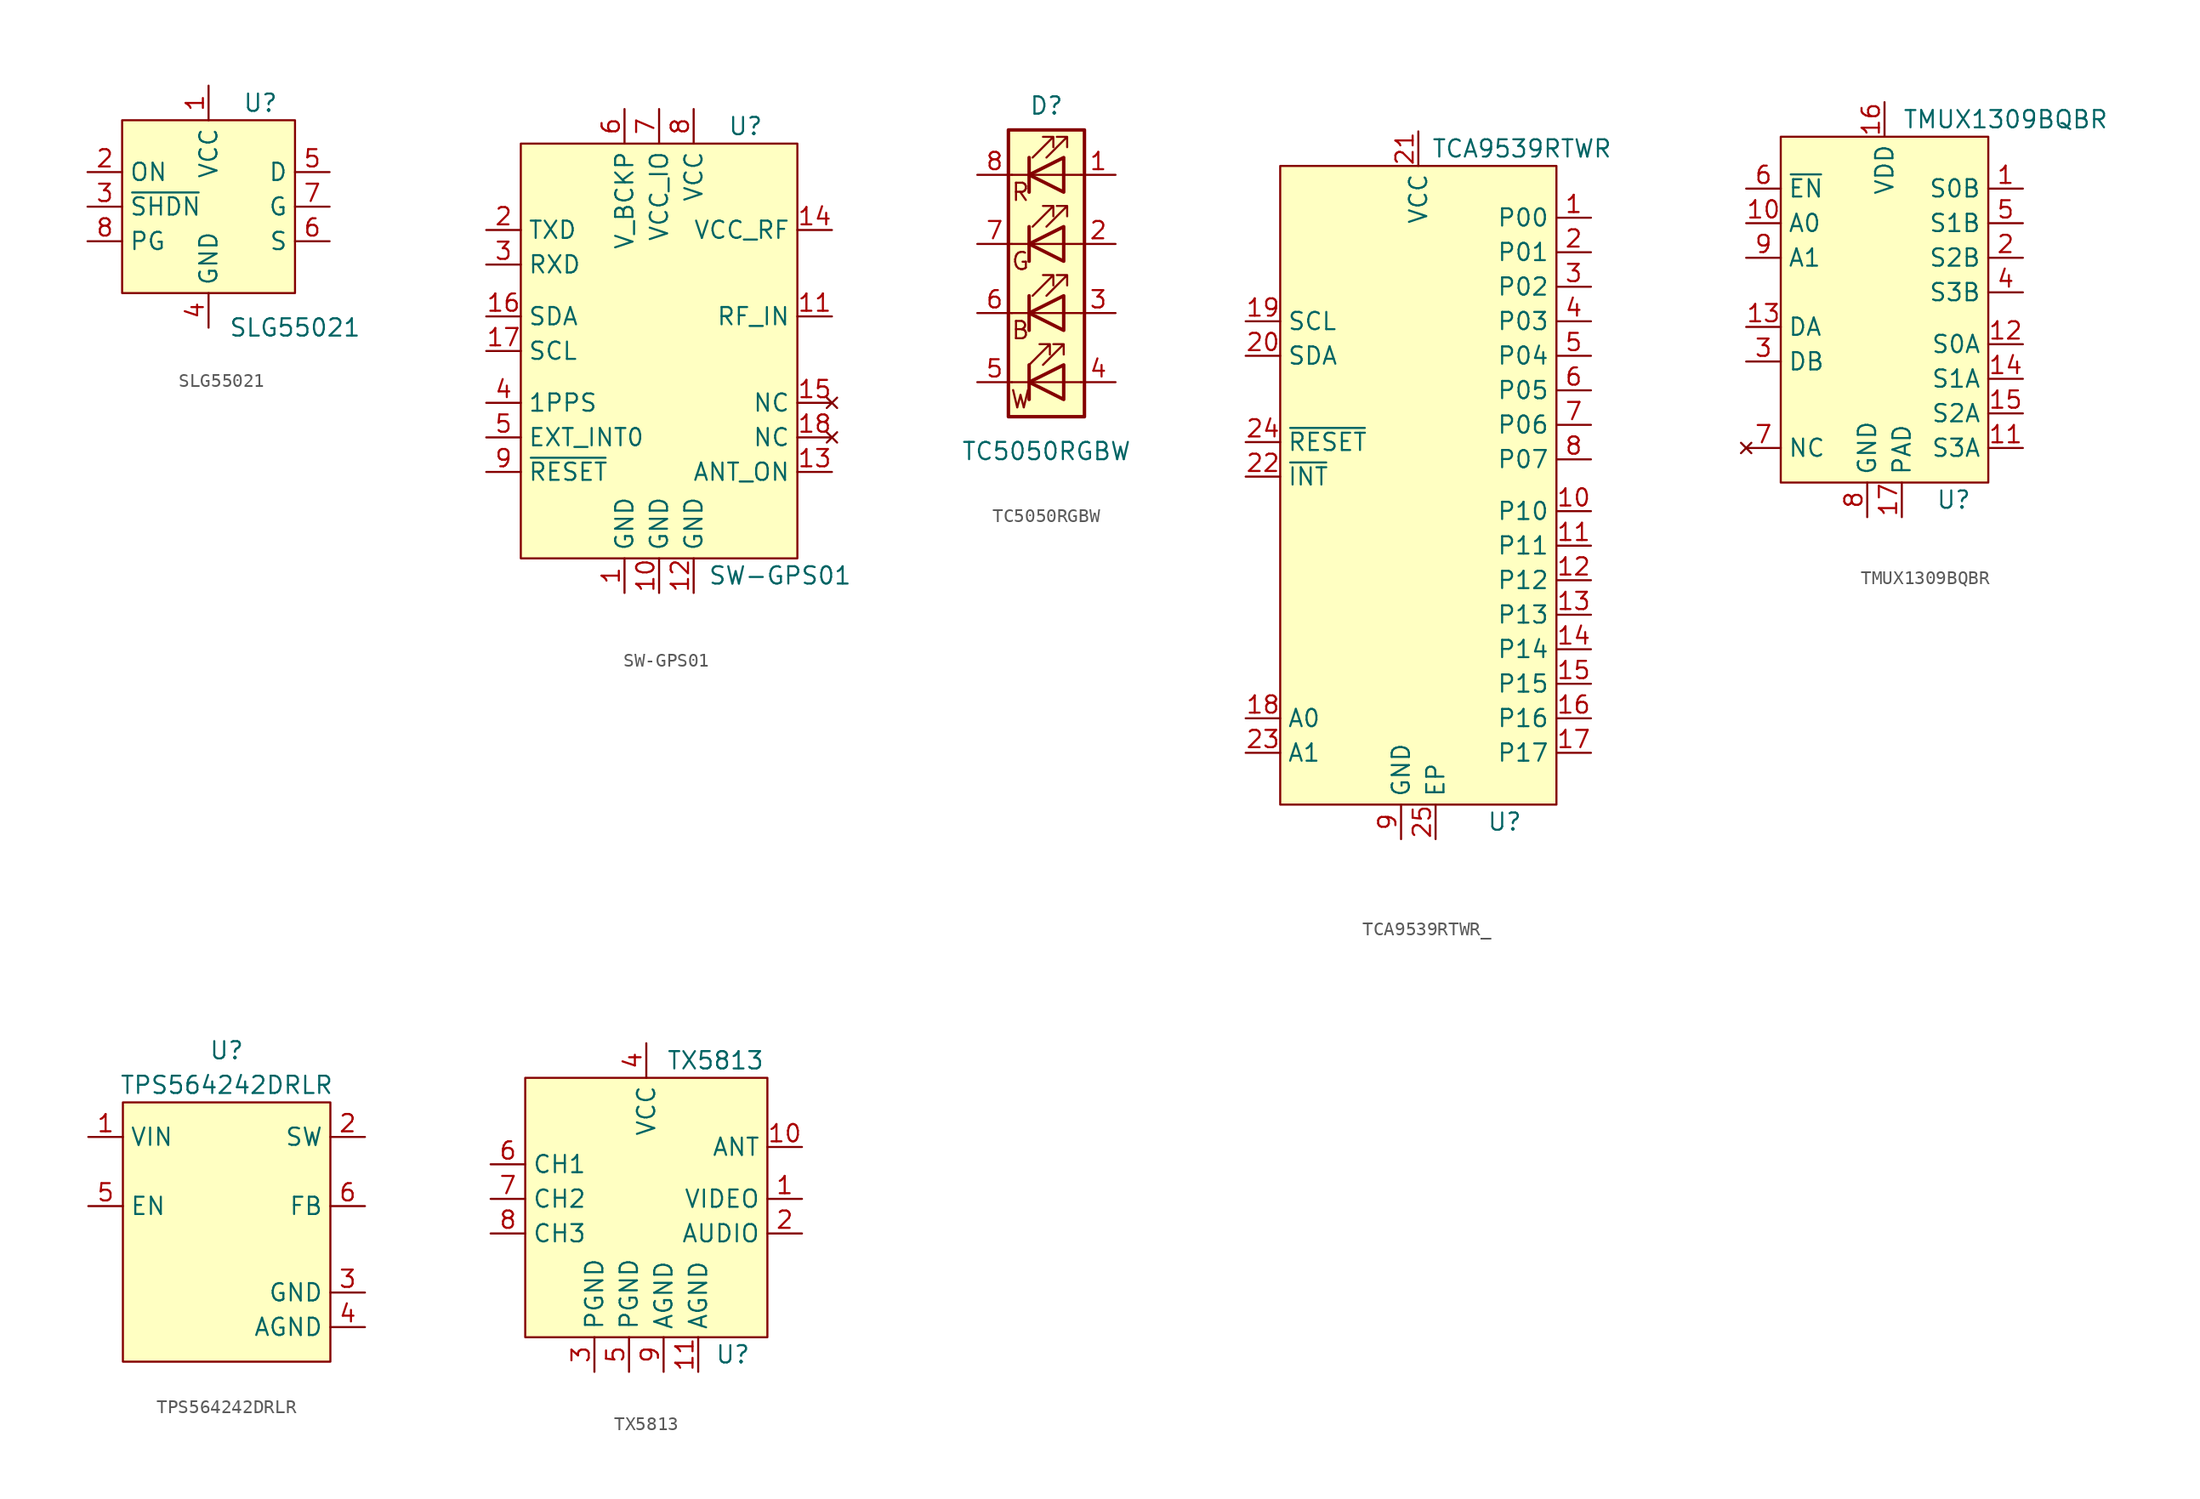
<source format=kicad_sym>
(kicad_symbol_lib
  (version 20220914)
  (generator kicad_symbol_editor)
  (symbol "SLG55021"
    (property "Reference" "U"
      (at -2.54 11.43 0)
      (effects (font (size 1.27 1.27))))
    (property "Value" "SLG55021"
      (at 0 -5.08 0)
      (effects (font (size 1.27 1.27))))
    (symbol "SLG55021_1_1"
      (rectangle (start -12.7 10.16) (end 0 -2.54) (stroke (width 0) (type default)) (fill (type background)))
      (pin power_in line (at -6.35 12.7 270) (length 2.54) (name "VCC" (effects (font (size 1.27 1.27)))) (number "1" (effects (font (size 1.27 1.27)))))
      (pin input line (at -15.24 6.35 0) (length 2.54) (name "ON" (effects (font (size 1.27 1.27)))) (number "2" (effects (font (size 1.27 1.27)))))
      (pin input line (at -15.24 3.81 0) (length 2.54) (name "~{SHDN}" (effects (font (size 1.27 1.27)))) (number "3" (effects (font (size 1.27 1.27)))))
      (pin power_in line (at -6.35 -5.08 90) (length 2.54) (name "GND" (effects (font (size 1.27 1.27)))) (number "4" (effects (font (size 1.27 1.27)))))
      (pin input line (at 2.54 6.35 180) (length 2.54) (name "D" (effects (font (size 1.27 1.27)))) (number "5" (effects (font (size 1.27 1.27)))))
      (pin input line (at 2.54 1.27 180) (length 2.54) (name "S" (effects (font (size 1.27 1.27)))) (number "6" (effects (font (size 1.27 1.27)))))
      (pin output line (at 2.54 3.81 180) (length 2.54) (name "G" (effects (font (size 1.27 1.27)))) (number "7" (effects (font (size 1.27 1.27)))))
      (pin output line (at -15.24 1.27 0) (length 2.54) (name "PG" (effects (font (size 1.27 1.27)))) (number "8" (effects (font (size 1.27 1.27)))))))
  (symbol "SW-GPS01"
    (property "Reference" "U"
      (at 7.62 17.78 0)
      (effects (font (size 1.27 1.27))))
    (property "Value" "SW-GPS01"
      (at 10.16 -15.24 0)
      (effects (font (size 1.27 1.27))))
    (symbol "SW-GPS01_1_1"
      (rectangle (start -8.89 16.51) (end 11.43 -13.97) (stroke (width 0) (type default)) (fill (type background)))
      (pin power_in line (at -1.27 -16.51 90) (length 2.54) (name "GND" (effects (font (size 1.27 1.27)))) (number "1" (effects (font (size 1.27 1.27)))))
      (pin power_in line (at 1.27 -16.51 90) (length 2.54) (name "GND" (effects (font (size 1.27 1.27)))) (number "10" (effects (font (size 1.27 1.27)))))
      (pin input line (at 13.97 3.81 180) (length 2.54) (name "RF_IN" (effects (font (size 1.27 1.27)))) (number "11" (effects (font (size 1.27 1.27)))))
      (pin power_in line (at 3.81 -16.51 90) (length 2.54) (name "GND" (effects (font (size 1.27 1.27)))) (number "12" (effects (font (size 1.27 1.27)))))
      (pin output line (at 13.97 -7.62 180) (length 2.54) (name "ANT_ON" (effects (font (size 1.27 1.27)))) (number "13" (effects (font (size 1.27 1.27)))))
      (pin power_out line (at 13.97 10.16 180) (length 2.54) (name "VCC_RF" (effects (font (size 1.27 1.27)))) (number "14" (effects (font (size 1.27 1.27)))))
      (pin no_connect line (at 13.97 -2.54 180) (length 2.54) (name "NC" (effects (font (size 1.27 1.27)))) (number "15" (effects (font (size 1.27 1.27)))))
      (pin bidirectional line (at -11.43 3.81 0) (length 2.54) (name "SDA" (effects (font (size 1.27 1.27)))) (number "16" (effects (font (size 1.27 1.27)))))
      (pin bidirectional line (at -11.43 1.27 0) (length 2.54) (name "SCL" (effects (font (size 1.27 1.27)))) (number "17" (effects (font (size 1.27 1.27)))))
      (pin no_connect line (at 13.97 -5.08 180) (length 2.54) (name "NC" (effects (font (size 1.27 1.27)))) (number "18" (effects (font (size 1.27 1.27)))))
      (pin output line (at -11.43 10.16 0) (length 2.54) (name "TXD" (effects (font (size 1.27 1.27)))) (number "2" (effects (font (size 1.27 1.27)))))
      (pin input line (at -11.43 7.62 0) (length 2.54) (name "RXD" (effects (font (size 1.27 1.27)))) (number "3" (effects (font (size 1.27 1.27)))))
      (pin output line (at -11.43 -2.54 0) (length 2.54) (name "1PPS" (effects (font (size 1.27 1.27)))) (number "4" (effects (font (size 1.27 1.27)))))
      (pin input line (at -11.43 -5.08 0) (length 2.54) (name "EXT_INT0" (effects (font (size 1.27 1.27)))) (number "5" (effects (font (size 1.27 1.27)))))
      (pin power_in line (at -1.27 19.05 270) (length 2.54) (name "V_BCKP" (effects (font (size 1.27 1.27)))) (number "6" (effects (font (size 1.27 1.27)))))
      (pin power_in line (at 1.27 19.05 270) (length 2.54) (name "VCC_IO" (effects (font (size 1.27 1.27)))) (number "7" (effects (font (size 1.27 1.27)))))
      (pin power_in line (at 3.81 19.05 270) (length 2.54) (name "VCC" (effects (font (size 1.27 1.27)))) (number "8" (effects (font (size 1.27 1.27)))))
      (pin input line (at -11.43 -7.62 0) (length 2.54) (name "~{RESET}" (effects (font (size 1.27 1.27)))) (number "9" (effects (font (size 1.27 1.27)))))))
  (symbol "TC5050RGBW"
    (pin_names
      (offset 0) hide)
    (property "Reference" "D"
      (at 0 12.7 0)
      (effects (font (size 1.27 1.27))))
    (property "Value" "TC5050RGBW"
      (at 0 -12.7 0)
      (effects (font (size 1.27 1.27))))
    (symbol "TC5050RGBW_0_0"
      (text "B" (at -1.905 -3.81 0) (effects (font (size 1.27 1.27))))
      (text "G" (at -1.905 1.27 0) (effects (font (size 1.27 1.27))))
      (text "R" (at -1.905 6.35 0) (effects (font (size 1.27 1.27)))))
    (symbol "TC5050RGBW_0_1"
      (rectangle (start -2.794 10.922) (end 2.794 -10.16) (stroke (width 0.254) (type default)) (fill (type background)))
      (polyline (pts (xy -1.27 -7.62) (xy -2.54 -7.62)) (stroke (width 0) (type default)) (fill (type none)))
      (polyline (pts (xy -1.27 -7.62) (xy 1.27 -7.62)) (stroke (width 0) (type default)) (fill (type none)))
      (polyline (pts (xy -1.27 -6.35) (xy -1.27 -8.89)) (stroke (width 0.254) (type default)) (fill (type none)))
      (polyline (pts (xy -1.27 -2.54) (xy -2.54 -2.54)) (stroke (width 0) (type default)) (fill (type none)))
      (polyline (pts (xy -1.27 -2.54) (xy 1.27 -2.54)) (stroke (width 0) (type default)) (fill (type none)))
      (polyline (pts (xy -1.27 -1.27) (xy -1.27 -3.81)) (stroke (width 0.254) (type default)) (fill (type none)))
      (polyline (pts (xy -1.27 2.54) (xy -2.54 2.54)) (stroke (width 0) (type default)) (fill (type none)))
      (polyline (pts (xy -1.27 3.81) (xy -1.27 1.27)) (stroke (width 0.254) (type default)) (fill (type none)))
      (polyline (pts (xy -1.27 7.62) (xy -2.54 7.62)) (stroke (width 0) (type default)) (fill (type none)))
      (polyline (pts (xy -1.27 7.62) (xy 1.27 7.62)) (stroke (width 0) (type default)) (fill (type none)))
      (polyline (pts (xy -1.27 8.89) (xy -1.27 6.35)) (stroke (width 0.254) (type default)) (fill (type none)))
      (polyline (pts (xy 1.27 -7.62) (xy 2.54 -7.62)) (stroke (width 0) (type default)) (fill (type none)))
      (polyline (pts (xy 1.27 -2.54) (xy 2.54 -2.54)) (stroke (width 0) (type default)) (fill (type none)))
      (polyline (pts (xy 1.27 2.54) (xy -1.27 2.54)) (stroke (width 0) (type default)) (fill (type none)))
      (polyline (pts (xy 1.27 2.54) (xy 2.54 2.54)) (stroke (width 0) (type default)) (fill (type none)))
      (polyline (pts (xy 1.27 7.62) (xy 2.54 7.62)) (stroke (width 0) (type default)) (fill (type none)))
      (polyline (pts (xy -1.27 3.81) (xy -1.27 1.27) (xy -1.27 1.27)) (stroke (width 0) (type default)) (fill (type none)))
      (polyline (pts (xy -1.27 8.89) (xy -1.27 6.35) (xy -1.27 6.35)) (stroke (width 0) (type default)) (fill (type none)))
      (polyline (pts (xy 1.27 -6.35) (xy 1.27 -8.89) (xy -1.27 -7.62) (xy 1.27 -6.35)) (stroke (width 0.254) (type default)) (fill (type none)))
      (polyline (pts (xy 1.27 -1.27) (xy 1.27 -3.81) (xy -1.27 -2.54) (xy 1.27 -1.27)) (stroke (width 0.254) (type default)) (fill (type none)))
      (polyline (pts (xy 1.27 3.81) (xy 1.27 1.27) (xy -1.27 2.54) (xy 1.27 3.81)) (stroke (width 0.254) (type default)) (fill (type none)))
      (polyline (pts (xy 1.27 8.89) (xy 1.27 6.35) (xy -1.27 7.62) (xy 1.27 8.89)) (stroke (width 0.254) (type default)) (fill (type none)))
      (polyline (pts (xy -1.27 -6.35) (xy 0.254 -4.826) (xy -0.508 -4.826) (xy 0.254 -4.826) (xy 0.254 -5.588)) (stroke (width 0) (type default)) (fill (type none)))
      (polyline (pts (xy -1.016 -1.27) (xy 0.508 0.254) (xy -0.254 0.254) (xy 0.508 0.254) (xy 0.508 -0.508)) (stroke (width 0) (type default)) (fill (type none)))
      (polyline (pts (xy -1.016 3.81) (xy 0.508 5.334) (xy -0.254 5.334) (xy 0.508 5.334) (xy 0.508 4.572)) (stroke (width 0) (type default)) (fill (type none)))
      (polyline (pts (xy -1.016 8.89) (xy 0.508 10.414) (xy -0.254 10.414) (xy 0.508 10.414) (xy 0.508 9.652)) (stroke (width 0) (type default)) (fill (type none)))
      (polyline (pts (xy -0.254 -6.35) (xy 1.27 -4.826) (xy 0.508 -4.826) (xy 1.27 -4.826) (xy 1.27 -5.588)) (stroke (width 0) (type default)) (fill (type none)))
      (polyline (pts (xy 0 -1.27) (xy 1.524 0.254) (xy 0.762 0.254) (xy 1.524 0.254) (xy 1.524 -0.508)) (stroke (width 0) (type default)) (fill (type none)))
      (polyline (pts (xy 0 3.81) (xy 1.524 5.334) (xy 0.762 5.334) (xy 1.524 5.334) (xy 1.524 4.572)) (stroke (width 0) (type default)) (fill (type none)))
      (polyline (pts (xy 0 8.89) (xy 1.524 10.414) (xy 0.762 10.414) (xy 1.524 10.414) (xy 1.524 9.652)) (stroke (width 0) (type default)) (fill (type none)))
      (rectangle (start 1.27 1.27) (end 1.27 3.81) (stroke (width 0) (type default)) (fill (type none)))
      (rectangle (start 1.27 3.81) (end 1.27 3.81) (stroke (width 0) (type default)) (fill (type none)))
      (rectangle (start 1.27 6.35) (end 1.27 8.89) (stroke (width 0) (type default)) (fill (type none)))
      (rectangle (start 1.27 8.89) (end 1.27 8.89) (stroke (width 0) (type default)) (fill (type none))))
    (symbol "TC5050RGBW_1_0"
      (text "W\n" (at -1.905 -8.89 0) (effects (font (size 1.27 1.27)))))
    (symbol "TC5050RGBW_1_1"
      (pin passive line (at 5.08 7.62 180) (length 2.54) (name "RA" (effects (font (size 1.27 1.27)))) (number "1" (effects (font (size 1.27 1.27)))))
      (pin passive line (at 5.08 2.54 180) (length 2.54) (name "GA" (effects (font (size 1.27 1.27)))) (number "2" (effects (font (size 1.27 1.27)))))
      (pin passive line (at 5.08 -2.54 180) (length 2.54) (name "BA" (effects (font (size 1.27 1.27)))) (number "3" (effects (font (size 1.27 1.27)))))
      (pin passive line (at 5.08 -7.62 180) (length 2.54) (name "BA" (effects (font (size 1.27 1.27)))) (number "4" (effects (font (size 1.27 1.27)))))
      (pin passive line (at -5.08 -7.62 0) (length 2.54) (name "BK" (effects (font (size 1.27 1.27)))) (number "5" (effects (font (size 1.27 1.27)))))
      (pin passive line (at -5.08 -2.54 0) (length 2.54) (name "BK" (effects (font (size 1.27 1.27)))) (number "6" (effects (font (size 1.27 1.27)))))
      (pin passive line (at -5.08 2.54 0) (length 2.54) (name "GK" (effects (font (size 1.27 1.27)))) (number "7" (effects (font (size 1.27 1.27)))))
      (pin passive line (at -5.08 7.62 0) (length 2.54) (name "RK" (effects (font (size 1.27 1.27)))) (number "8" (effects (font (size 1.27 1.27)))))))
  (symbol "TCA9539RTWR_"
    (property "Reference" "U"
      (at 6.35 -25.4 0)
      (effects (font (size 1.27 1.27))))
    (property "Value" "TCA9539RTWR"
      (at 7.62 24.13 0)
      (effects (font (size 1.27 1.27))))
    (symbol "TCA9539RTWR__1_1"
      (rectangle (start -10.16 22.86) (end 10.16 -24.13) (stroke (width 0) (type default)) (fill (type background)))
      (pin bidirectional line (at 12.7 19.05 180) (length 2.54) (name "P00" (effects (font (size 1.27 1.27)))) (number "1" (effects (font (size 1.27 1.27)))))
      (pin bidirectional line (at 12.7 -2.54 180) (length 2.54) (name "P10" (effects (font (size 1.27 1.27)))) (number "10" (effects (font (size 1.27 1.27)))))
      (pin bidirectional line (at 12.7 -5.08 180) (length 2.54) (name "P11" (effects (font (size 1.27 1.27)))) (number "11" (effects (font (size 1.27 1.27)))))
      (pin bidirectional line (at 12.7 -7.62 180) (length 2.54) (name "P12" (effects (font (size 1.27 1.27)))) (number "12" (effects (font (size 1.27 1.27)))))
      (pin bidirectional line (at 12.7 -10.16 180) (length 2.54) (name "P13" (effects (font (size 1.27 1.27)))) (number "13" (effects (font (size 1.27 1.27)))))
      (pin bidirectional line (at 12.7 -12.7 180) (length 2.54) (name "P14" (effects (font (size 1.27 1.27)))) (number "14" (effects (font (size 1.27 1.27)))))
      (pin bidirectional line (at 12.7 -15.24 180) (length 2.54) (name "P15" (effects (font (size 1.27 1.27)))) (number "15" (effects (font (size 1.27 1.27)))))
      (pin bidirectional line (at 12.7 -17.78 180) (length 2.54) (name "P16" (effects (font (size 1.27 1.27)))) (number "16" (effects (font (size 1.27 1.27)))))
      (pin bidirectional line (at 12.7 -20.32 180) (length 2.54) (name "P17" (effects (font (size 1.27 1.27)))) (number "17" (effects (font (size 1.27 1.27)))))
      (pin input line (at -12.7 -17.78 0) (length 2.54) (name "A0" (effects (font (size 1.27 1.27)))) (number "18" (effects (font (size 1.27 1.27)))))
      (pin input line (at -12.7 11.43 0) (length 2.54) (name "SCL" (effects (font (size 1.27 1.27)))) (number "19" (effects (font (size 1.27 1.27)))))
      (pin bidirectional line (at 12.7 16.51 180) (length 2.54) (name "P01" (effects (font (size 1.27 1.27)))) (number "2" (effects (font (size 1.27 1.27)))))
      (pin input line (at -12.7 8.89 0) (length 2.54) (name "SDA" (effects (font (size 1.27 1.27)))) (number "20" (effects (font (size 1.27 1.27)))))
      (pin power_in line (at 0 25.4 270) (length 2.54) (name "VCC" (effects (font (size 1.27 1.27)))) (number "21" (effects (font (size 1.27 1.27)))))
      (pin output line (at -12.7 0 0) (length 2.54) (name "~{INT}" (effects (font (size 1.27 1.27)))) (number "22" (effects (font (size 1.27 1.27)))))
      (pin input line (at -12.7 -20.32 0) (length 2.54) (name "A1" (effects (font (size 1.27 1.27)))) (number "23" (effects (font (size 1.27 1.27)))))
      (pin input line (at -12.7 2.54 0) (length 2.54) (name "~{RESET}" (effects (font (size 1.27 1.27)))) (number "24" (effects (font (size 1.27 1.27)))))
      (pin power_in line (at 1.27 -26.67 90) (length 2.54) (name "EP" (effects (font (size 1.27 1.27)))) (number "25" (effects (font (size 1.27 1.27)))))
      (pin bidirectional line (at 12.7 13.97 180) (length 2.54) (name "P02" (effects (font (size 1.27 1.27)))) (number "3" (effects (font (size 1.27 1.27)))))
      (pin bidirectional line (at 12.7 11.43 180) (length 2.54) (name "P03" (effects (font (size 1.27 1.27)))) (number "4" (effects (font (size 1.27 1.27)))))
      (pin bidirectional line (at 12.7 8.89 180) (length 2.54) (name "P04" (effects (font (size 1.27 1.27)))) (number "5" (effects (font (size 1.27 1.27)))))
      (pin bidirectional line (at 12.7 6.35 180) (length 2.54) (name "P05" (effects (font (size 1.27 1.27)))) (number "6" (effects (font (size 1.27 1.27)))))
      (pin bidirectional line (at 12.7 3.81 180) (length 2.54) (name "P06" (effects (font (size 1.27 1.27)))) (number "7" (effects (font (size 1.27 1.27)))))
      (pin bidirectional line (at 12.7 1.27 180) (length 2.54) (name "P07" (effects (font (size 1.27 1.27)))) (number "8" (effects (font (size 1.27 1.27)))))
      (pin power_in line (at -1.27 -26.67 90) (length 2.54) (name "GND" (effects (font (size 1.27 1.27)))) (number "9" (effects (font (size 1.27 1.27)))))))
  (symbol "TMUX1309BQBR"
    (property "Reference" "U"
      (at 5.08 -13.97 0)
      (effects (font (size 1.27 1.27))))
    (property "Value" "TMUX1309BQBR"
      (at 8.89 13.97 0)
      (effects (font (size 1.27 1.27))))
    (symbol "TMUX1309BQBR_1_1"
      (rectangle (start -7.62 12.7) (end 7.62 -12.7) (stroke (width 0) (type default)) (fill (type background)))
      (pin passive line (at 10.16 8.89 180) (length 2.54) (name "S0B" (effects (font (size 1.27 1.27)))) (number "1" (effects (font (size 1.27 1.27)))))
      (pin input line (at -10.16 6.35 0) (length 2.54) (name "A0" (effects (font (size 1.27 1.27)))) (number "10" (effects (font (size 1.27 1.27)))))
      (pin passive line (at 10.16 -10.16 180) (length 2.54) (name "S3A" (effects (font (size 1.27 1.27)))) (number "11" (effects (font (size 1.27 1.27)))))
      (pin passive line (at 10.16 -2.54 180) (length 2.54) (name "S0A" (effects (font (size 1.27 1.27)))) (number "12" (effects (font (size 1.27 1.27)))))
      (pin passive line (at -10.16 -1.27 0) (length 2.54) (name "DA" (effects (font (size 1.27 1.27)))) (number "13" (effects (font (size 1.27 1.27)))))
      (pin passive line (at 10.16 -5.08 180) (length 2.54) (name "S1A" (effects (font (size 1.27 1.27)))) (number "14" (effects (font (size 1.27 1.27)))))
      (pin passive line (at 10.16 -7.62 180) (length 2.54) (name "S2A" (effects (font (size 1.27 1.27)))) (number "15" (effects (font (size 1.27 1.27)))))
      (pin power_in line (at 0 15.24 270) (length 2.54) (name "VDD" (effects (font (size 1.27 1.27)))) (number "16" (effects (font (size 1.27 1.27)))))
      (pin power_in line (at 1.27 -15.24 90) (length 2.54) (name "PAD" (effects (font (size 1.27 1.27)))) (number "17" (effects (font (size 1.27 1.27)))))
      (pin passive line (at 10.16 3.81 180) (length 2.54) (name "S2B" (effects (font (size 1.27 1.27)))) (number "2" (effects (font (size 1.27 1.27)))))
      (pin passive line (at -10.16 -3.81 0) (length 2.54) (name "DB" (effects (font (size 1.27 1.27)))) (number "3" (effects (font (size 1.27 1.27)))))
      (pin passive line (at 10.16 1.27 180) (length 2.54) (name "S3B" (effects (font (size 1.27 1.27)))) (number "4" (effects (font (size 1.27 1.27)))))
      (pin passive line (at 10.16 6.35 180) (length 2.54) (name "S1B" (effects (font (size 1.27 1.27)))) (number "5" (effects (font (size 1.27 1.27)))))
      (pin input line (at -10.16 8.89 0) (length 2.54) (name "~{EN}" (effects (font (size 1.27 1.27)))) (number "6" (effects (font (size 1.27 1.27)))))
      (pin no_connect line (at -10.16 -10.16 0) (length 2.54) (name "NC" (effects (font (size 1.27 1.27)))) (number "7" (effects (font (size 1.27 1.27)))))
      (pin power_in line (at -1.27 -15.24 90) (length 2.54) (name "GND" (effects (font (size 1.27 1.27)))) (number "8" (effects (font (size 1.27 1.27)))))
      (pin input line (at -10.16 3.81 0) (length 2.54) (name "A1" (effects (font (size 1.27 1.27)))) (number "9" (effects (font (size 1.27 1.27)))))))
  (symbol "TPS564242DRLR"
    (property "Reference" "U"
      (at 0 13.97 0)
      (effects (font (size 1.27 1.27))))
    (property "Value" "TPS564242DRLR"
      (at 0 11.43 0)
      (effects (font (size 1.27 1.27))))
    (symbol "TPS564242DRLR_1_1"
      (rectangle (start -7.62 10.16) (end 7.62 -8.89) (stroke (width 0) (type default)) (fill (type background)))
      (pin power_in line (at -10.16 7.62 0) (length 2.54) (name "VIN" (effects (font (size 1.27 1.27)))) (number "1" (effects (font (size 1.27 1.27)))))
      (pin power_out line (at 10.16 7.62 180) (length 2.54) (name "SW" (effects (font (size 1.27 1.27)))) (number "2" (effects (font (size 1.27 1.27)))))
      (pin power_in line (at 10.16 -3.81 180) (length 2.54) (name "GND" (effects (font (size 1.27 1.27)))) (number "3" (effects (font (size 1.27 1.27)))))
      (pin power_in line (at 10.16 -6.35 180) (length 2.54) (name "AGND" (effects (font (size 1.27 1.27)))) (number "4" (effects (font (size 1.27 1.27)))))
      (pin input line (at -10.16 2.54 0) (length 2.54) (name "EN" (effects (font (size 1.27 1.27)))) (number "5" (effects (font (size 1.27 1.27)))))
      (pin input line (at 10.16 2.54 180) (length 2.54) (name "FB" (effects (font (size 1.27 1.27)))) (number "6" (effects (font (size 1.27 1.27)))))))
  (symbol "TX5813"
    (property "Reference" "U"
      (at 6.35 -8.89 0)
      (effects (font (size 1.27 1.27))))
    (property "Value" "TX5813"
      (at 5.08 12.7 0)
      (effects (font (size 1.27 1.27))))
    (symbol "TX5813_1_1"
      (rectangle (start -8.89 11.43) (end 8.89 -7.62) (stroke (width 0) (type default)) (fill (type background)))
      (pin input line (at 11.43 2.54 180) (length 2.54) (name "VIDEO" (effects (font (size 1.27 1.27)))) (number "1" (effects (font (size 1.27 1.27)))))
      (pin output line (at 11.43 6.35 180) (length 2.54) (name "ANT" (effects (font (size 1.27 1.27)))) (number "10" (effects (font (size 1.27 1.27)))))
      (pin power_in line (at 3.81 -10.16 90) (length 2.54) (name "AGND" (effects (font (size 1.27 1.27)))) (number "11" (effects (font (size 1.27 1.27)))))
      (pin input line (at 11.43 0 180) (length 2.54) (name "AUDIO" (effects (font (size 1.27 1.27)))) (number "2" (effects (font (size 1.27 1.27)))))
      (pin power_in line (at -3.81 -10.16 90) (length 2.54) (name "PGND" (effects (font (size 1.27 1.27)))) (number "3" (effects (font (size 1.27 1.27)))))
      (pin power_in line (at 0 13.97 270) (length 2.54) (name "VCC" (effects (font (size 1.27 1.27)))) (number "4" (effects (font (size 1.27 1.27)))))
      (pin power_in line (at -1.27 -10.16 90) (length 2.54) (name "PGND" (effects (font (size 1.27 1.27)))) (number "5" (effects (font (size 1.27 1.27)))))
      (pin input line (at -11.43 5.08 0) (length 2.54) (name "CH1" (effects (font (size 1.27 1.27)))) (number "6" (effects (font (size 1.27 1.27)))))
      (pin input line (at -11.43 2.54 0) (length 2.54) (name "CH2" (effects (font (size 1.27 1.27)))) (number "7" (effects (font (size 1.27 1.27)))))
      (pin input line (at -11.43 0 0) (length 2.54) (name "CH3" (effects (font (size 1.27 1.27)))) (number "8" (effects (font (size 1.27 1.27)))))
      (pin power_in line (at 1.27 -10.16 90) (length 2.54) (name "AGND" (effects (font (size 1.27 1.27)))) (number "9" (effects (font (size 1.27 1.27))))))))
</source>
